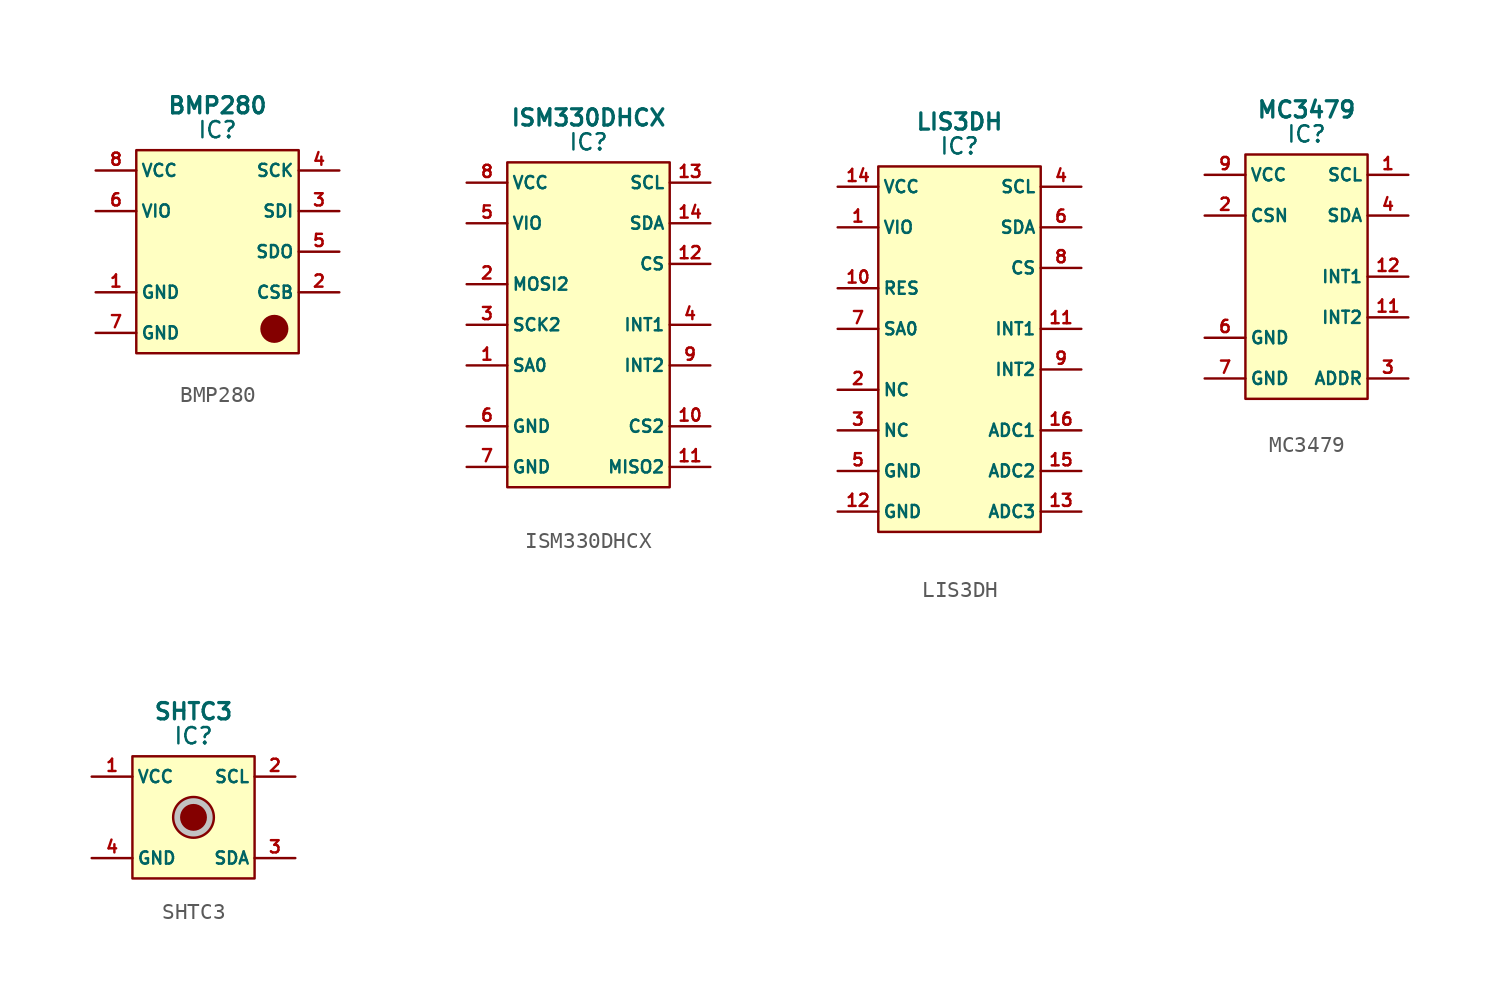
<source format=kicad_sym>
(kicad_symbol_lib
  (version 20231120)
  (generator "kicad_symbol_editor")
  (generator_version "8.0")
  (symbol "BMP280"
    (pin_names
      (offset 0.254))
    (property "Reference" "IC"
      (at 0 7.62 0)
      (effects (font (size 1.016 1.016))))
    (property "Value" "BMP280"
      (at 0 9.144 0)
      (effects (font (size 1.016 1.016) (bold yes))))
    (symbol "BMP280_0_1"
      (rectangle (start -5.08 6.35) (end 5.08 -6.35) (stroke (width 0) (type solid)) (fill (type background))))
    (symbol "BMP280_1_1"
      (circle (center 3.556 -4.826) (radius 0.803) (stroke (width 0) (type default)) (fill (type outline)))
      (pin power_in line (at -7.62 -2.54 0) (length 2.54) (name "GND" (effects (font (size 0.762 0.762)))) (number "1" (effects (font (size 0.762 0.762)))))
      (pin input line (at 7.62 -2.54 180) (length 2.54) (name "CSB" (effects (font (size 0.762 0.762)))) (number "2" (effects (font (size 0.762 0.762)))))
      (pin bidirectional line (at 7.62 2.54 180) (length 2.54) (name "SDI" (effects (font (size 0.762 0.762)))) (number "3" (effects (font (size 0.762 0.762)))))
      (pin bidirectional line (at 7.62 5.08 180) (length 2.54) (name "SCK" (effects (font (size 0.762 0.762)))) (number "4" (effects (font (size 0.762 0.762)))))
      (pin bidirectional line (at 7.62 0 180) (length 2.54) (name "SDO" (effects (font (size 0.762 0.762)))) (number "5" (effects (font (size 0.762 0.762)))))
      (pin power_in line (at -7.62 2.54 0) (length 2.54) (name "VIO" (effects (font (size 0.762 0.762)))) (number "6" (effects (font (size 0.762 0.762)))))
      (pin power_in line (at -7.62 -5.08 0) (length 2.54) (name "GND" (effects (font (size 0.762 0.762)))) (number "7" (effects (font (size 0.762 0.762)))))
      (pin power_in line (at -7.62 5.08 0) (length 2.54) (name "VCC" (effects (font (size 0.762 0.762)))) (number "8" (effects (font (size 0.762 0.762)))))))
  (symbol "ISM330DHCX"
    (pin_names
      (offset 0.254))
    (property "Reference" "IC"
      (at 0 11.43 0)
      (effects (font (size 1.016 1.016))))
    (property "Value" "ISM330DHCX"
      (at 0 12.954 0)
      (effects (font (size 1.016 1.016) (bold yes))))
    (symbol "ISM330DHCX_0_1"
      (rectangle (start -5.08 10.16) (end 5.08 -10.16) (stroke (width 0) (type solid)) (fill (type background))))
    (symbol "ISM330DHCX_1_1"
      (pin passive line (at -7.62 -2.54 0) (length 2.54) (name "SA0" (effects (font (size 0.762 0.762)))) (number "1" (effects (font (size 0.762 0.762)))))
      (pin passive line (at 7.62 -6.35 180) (length 2.54) (name "CS2" (effects (font (size 0.762 0.762)))) (number "10" (effects (font (size 0.762 0.762)))))
      (pin passive line (at 7.62 -8.89 180) (length 2.54) (name "MISO2" (effects (font (size 0.762 0.762)))) (number "11" (effects (font (size 0.762 0.762)))))
      (pin input line (at 7.62 3.81 180) (length 2.54) (name "CS" (effects (font (size 0.762 0.762)))) (number "12" (effects (font (size 0.762 0.762)))))
      (pin input line (at 7.62 8.89 180) (length 2.54) (name "SCL" (effects (font (size 0.762 0.762)))) (number "13" (effects (font (size 0.762 0.762)))))
      (pin bidirectional line (at 7.62 6.35 180) (length 2.54) (name "SDA" (effects (font (size 0.762 0.762)))) (number "14" (effects (font (size 0.762 0.762)))))
      (pin passive line (at -7.62 2.54 0) (length 2.54) (name "MOSI2" (effects (font (size 0.762 0.762)))) (number "2" (effects (font (size 0.762 0.762)))))
      (pin passive line (at -7.62 0 0) (length 2.54) (name "SCK2" (effects (font (size 0.762 0.762)))) (number "3" (effects (font (size 0.762 0.762)))))
      (pin output line (at 7.62 0 180) (length 2.54) (name "INT1" (effects (font (size 0.762 0.762)))) (number "4" (effects (font (size 0.762 0.762)))))
      (pin power_in line (at -7.62 6.35 0) (length 2.54) (name "VIO" (effects (font (size 0.762 0.762)))) (number "5" (effects (font (size 0.762 0.762)))))
      (pin power_in line (at -7.62 -6.35 0) (length 2.54) (name "GND" (effects (font (size 0.762 0.762)))) (number "6" (effects (font (size 0.762 0.762)))))
      (pin power_in line (at -7.62 -8.89 0) (length 2.54) (name "GND" (effects (font (size 0.762 0.762)))) (number "7" (effects (font (size 0.762 0.762)))))
      (pin power_in line (at -7.62 8.89 0) (length 2.54) (name "VCC" (effects (font (size 0.762 0.762)))) (number "8" (effects (font (size 0.762 0.762)))))
      (pin output line (at 7.62 -2.54 180) (length 2.54) (name "INT2" (effects (font (size 0.762 0.762)))) (number "9" (effects (font (size 0.762 0.762)))))))
  (symbol "LIS3DH"
    (pin_names
      (offset 0.254))
    (property "Reference" "IC"
      (at 0 12.7 0)
      (effects (font (size 1.016 1.016))))
    (property "Value" "LIS3DH"
      (at 0 14.224 0)
      (effects (font (size 1.016 1.016) (bold yes))))
    (symbol "LIS3DH_0_1"
      (rectangle (start -5.08 11.43) (end 5.08 -11.43) (stroke (width 0) (type solid)) (fill (type background))))
    (symbol "LIS3DH_1_1"
      (pin power_in line (at -7.62 7.62 0) (length 2.54) (name "VIO" (effects (font (size 0.762 0.762)))) (number "1" (effects (font (size 0.762 0.762)))))
      (pin passive line (at -7.62 3.81 0) (length 2.54) (name "RES" (effects (font (size 0.762 0.762)))) (number "10" (effects (font (size 0.762 0.762)))))
      (pin output line (at 7.62 1.27 180) (length 2.54) (name "INT1" (effects (font (size 0.762 0.762)))) (number "11" (effects (font (size 0.762 0.762)))))
      (pin power_in line (at -7.62 -10.16 0) (length 2.54) (name "GND" (effects (font (size 0.762 0.762)))) (number "12" (effects (font (size 0.762 0.762)))))
      (pin passive line (at 7.62 -10.16 180) (length 2.54) (name "ADC3" (effects (font (size 0.762 0.762)))) (number "13" (effects (font (size 0.762 0.762)))))
      (pin power_in line (at -7.62 10.16 0) (length 2.54) (name "VCC" (effects (font (size 0.762 0.762)))) (number "14" (effects (font (size 0.762 0.762)))))
      (pin passive line (at 7.62 -7.62 180) (length 2.54) (name "ADC2" (effects (font (size 0.762 0.762)))) (number "15" (effects (font (size 0.762 0.762)))))
      (pin passive line (at 7.62 -5.08 180) (length 2.54) (name "ADC1" (effects (font (size 0.762 0.762)))) (number "16" (effects (font (size 0.762 0.762)))))
      (pin passive line (at -7.62 -2.54 0) (length 2.54) (name "NC" (effects (font (size 0.762 0.762)))) (number "2" (effects (font (size 0.762 0.762)))))
      (pin passive line (at -7.62 -5.08 0) (length 2.54) (name "NC" (effects (font (size 0.762 0.762)))) (number "3" (effects (font (size 0.762 0.762)))))
      (pin input line (at 7.62 10.16 180) (length 2.54) (name "SCL" (effects (font (size 0.762 0.762)))) (number "4" (effects (font (size 0.762 0.762)))))
      (pin power_in line (at -7.62 -7.62 0) (length 2.54) (name "GND" (effects (font (size 0.762 0.762)))) (number "5" (effects (font (size 0.762 0.762)))))
      (pin bidirectional line (at 7.62 7.62 180) (length 2.54) (name "SDA" (effects (font (size 0.762 0.762)))) (number "6" (effects (font (size 0.762 0.762)))))
      (pin passive line (at -7.62 1.27 0) (length 2.54) (name "SA0" (effects (font (size 0.762 0.762)))) (number "7" (effects (font (size 0.762 0.762)))))
      (pin input line (at 7.62 5.08 180) (length 2.54) (name "CS" (effects (font (size 0.762 0.762)))) (number "8" (effects (font (size 0.762 0.762)))))
      (pin output line (at 7.62 -1.27 180) (length 2.54) (name "INT2" (effects (font (size 0.762 0.762)))) (number "9" (effects (font (size 0.762 0.762)))))))
  (symbol "MC3479"
    (pin_names
      (offset 0.254))
    (property "Reference" "IC"
      (at 0 8.89 0)
      (effects (font (size 1.016 1.016))))
    (property "Value" "MC3479"
      (at 0 10.414 0)
      (effects (font (size 1.016 1.016) (bold yes))))
    (symbol "MC3479_0_1"
      (rectangle (start -3.81 7.62) (end 3.81 -7.62) (stroke (width 0) (type solid)) (fill (type background))))
    (symbol "MC3479_1_1"
      (pin input line (at 6.35 6.35 180) (length 2.54) (name "SCL" (effects (font (size 0.762 0.762)))) (number "1" (effects (font (size 0.762 0.762)))))
      (pin output line (at 6.35 -2.54 180) (length 2.54) (name "INT2" (effects (font (size 0.762 0.762)))) (number "11" (effects (font (size 0.762 0.762)))))
      (pin output line (at 6.35 0 180) (length 2.54) (name "INT1" (effects (font (size 0.762 0.762)))) (number "12" (effects (font (size 0.762 0.762)))))
      (pin passive line (at -6.35 3.81 0) (length 2.54) (name "CSN" (effects (font (size 0.762 0.762)))) (number "2" (effects (font (size 0.762 0.762)))))
      (pin input line (at 6.35 -6.35 180) (length 2.54) (name "ADDR" (effects (font (size 0.762 0.762)))) (number "3" (effects (font (size 0.762 0.762)))))
      (pin bidirectional line (at 6.35 3.81 180) (length 2.54) (name "SDA" (effects (font (size 0.762 0.762)))) (number "4" (effects (font (size 0.762 0.762)))))
      (pin power_in line (at -6.35 -3.81 0) (length 2.54) (name "GND" (effects (font (size 0.762 0.762)))) (number "6" (effects (font (size 0.762 0.762)))))
      (pin power_in line (at -6.35 -6.35 0) (length 2.54) (name "GND" (effects (font (size 0.762 0.762)))) (number "7" (effects (font (size 0.762 0.762)))))
      (pin power_in line (at -6.35 6.35 0) (length 2.54) (name "VCC" (effects (font (size 0.762 0.762)))) (number "9" (effects (font (size 0.762 0.762)))))))
  (symbol "SHTC3"
    (pin_names
      (offset 0.254))
    (property "Reference" "IC"
      (at 0 5.08 0)
      (effects (font (size 1.016 1.016))))
    (property "Value" "SHTC3"
      (at 0 6.604 0)
      (effects (font (size 1.016 1.016) (bold yes))))
    (symbol "SHTC3_0_1"
      (rectangle (start -3.81 3.81) (end 3.81 -3.81) (stroke (width 0) (type solid)) (fill (type background))))
    (symbol "SHTC3_1_1"
      (circle (center 0 0) (radius 0.762) (stroke (width 0) (type default)) (fill (type outline)))
      (circle (center 0 0) (radius 1.27) (stroke (width 0) (type default)) (fill (type color) (color 194 194 194 1)))
      (pin power_in line (at -6.35 2.54 0) (length 2.54) (name "VCC" (effects (font (size 0.762 0.762)))) (number "1" (effects (font (size 0.762 0.762)))))
      (pin input line (at 6.35 2.54 180) (length 2.54) (name "SCL" (effects (font (size 0.762 0.762)))) (number "2" (effects (font (size 0.762 0.762)))))
      (pin bidirectional line (at 6.35 -2.54 180) (length 2.54) (name "SDA" (effects (font (size 0.762 0.762)))) (number "3" (effects (font (size 0.762 0.762)))))
      (pin power_in line (at -6.35 -2.54 0) (length 2.54) (name "GND" (effects (font (size 0.762 0.762)))) (number "4" (effects (font (size 0.762 0.762))))))))
</source>
